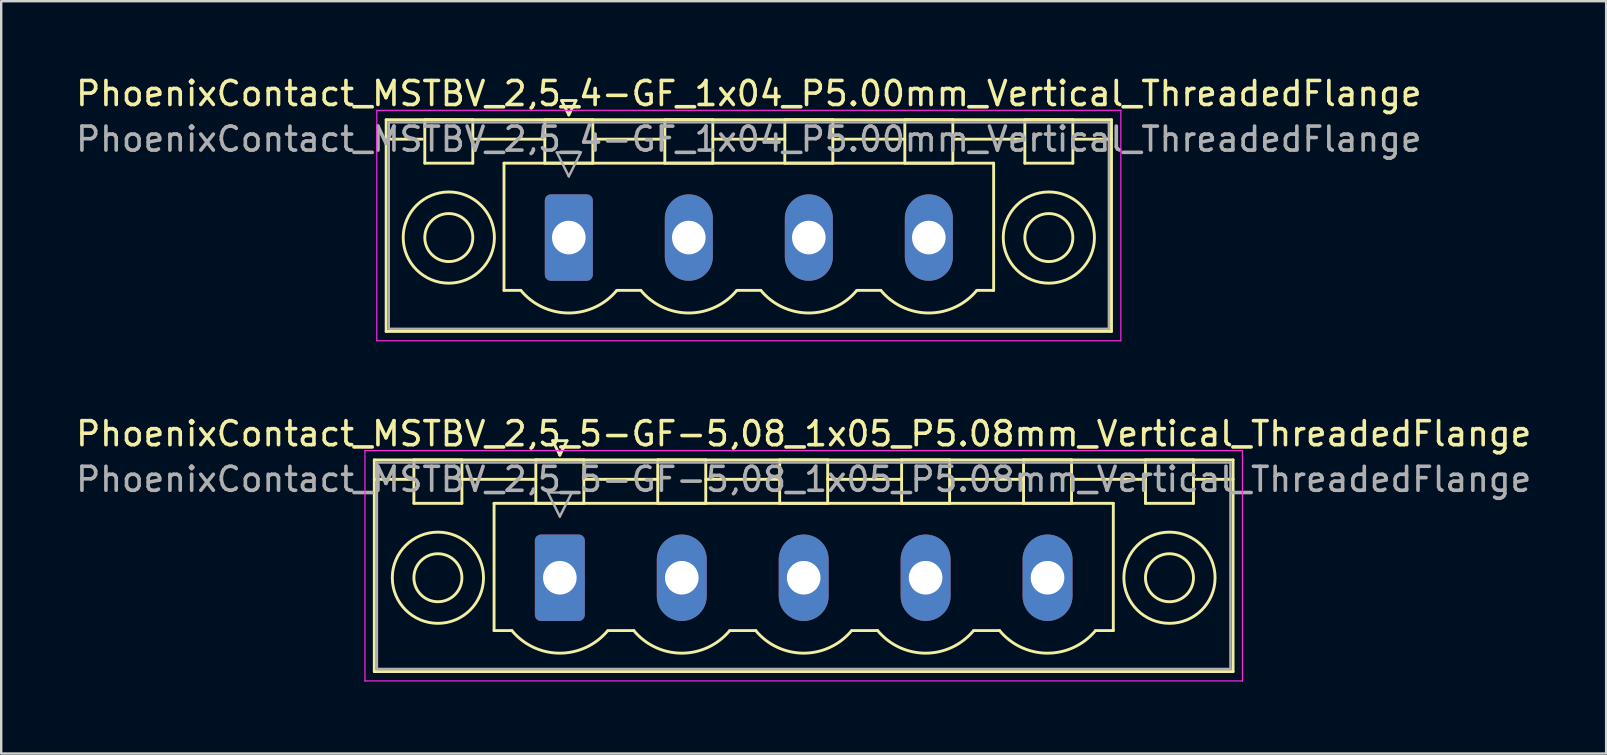
<source format=kicad_pcb>
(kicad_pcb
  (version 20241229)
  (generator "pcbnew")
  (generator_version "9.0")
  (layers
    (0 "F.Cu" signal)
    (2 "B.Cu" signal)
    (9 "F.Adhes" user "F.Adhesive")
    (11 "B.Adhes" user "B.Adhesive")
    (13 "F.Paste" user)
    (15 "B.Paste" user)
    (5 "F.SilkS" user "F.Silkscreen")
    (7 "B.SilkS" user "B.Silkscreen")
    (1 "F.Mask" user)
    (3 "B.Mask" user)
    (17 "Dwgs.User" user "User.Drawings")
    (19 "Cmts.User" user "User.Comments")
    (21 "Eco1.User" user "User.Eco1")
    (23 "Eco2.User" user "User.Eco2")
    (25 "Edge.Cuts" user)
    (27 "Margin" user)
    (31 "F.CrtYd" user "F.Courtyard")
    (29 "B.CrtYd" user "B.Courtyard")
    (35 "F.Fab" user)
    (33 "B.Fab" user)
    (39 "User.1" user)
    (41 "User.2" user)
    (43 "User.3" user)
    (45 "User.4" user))
  (footprint "PhoenixContact_MSTBV_2,5_4-GF_1x04_P5.00mm_Vertical_ThreadedFlange"
    (layer "F.Cu")
    (at 20.649 6.848)
    (property "Reference" "PhoenixContact_MSTBV_2,5_4-GF_1x04_P5.00mm_Vertical_ThreadedFlange" (at 7.5 -6 0) (layer "F.SilkS") (effects (font (size 1 1) (thickness 0.15))))
    (attr through_hole)
    (fp_line (start -7.61 -4.91) (end -7.61 3.91) (stroke (width 0.12) (type solid)) (layer "F.SilkS"))
    (fp_line (start -7.61 -4.1) (end -6.11 -4.1) (stroke (width 0.12) (type solid)) (layer "F.SilkS"))
    (fp_line (start -7.61 3.91) (end 22.61 3.91) (stroke (width 0.12) (type solid)) (layer "F.SilkS"))
    (fp_line (start -6 -4.91) (end -4 -4.91) (stroke (width 0.12) (type solid)) (layer "F.SilkS"))
    (fp_line (start -6 -3.1) (end -6 -4.91) (stroke (width 0.12) (type solid)) (layer "F.SilkS"))
    (fp_line (start -4 -4.91) (end -4 -3.1) (stroke (width 0.12) (type solid)) (layer "F.SilkS"))
    (fp_line (start -4 -4.1) (end -1 -4.1) (stroke (width 0.12) (type solid)) (layer "F.SilkS"))
    (fp_line (start -4 -3.1) (end -6 -3.1) (stroke (width 0.12) (type solid)) (layer "F.SilkS"))
    (fp_line (start -2.7 -3.1) (end 17.7 -3.1) (stroke (width 0.12) (type solid)) (layer "F.SilkS"))
    (fp_line (start -2.7 2.2) (end -2.7 -3.1) (stroke (width 0.12) (type solid)) (layer "F.SilkS"))
    (fp_line (start -2 2.2) (end -2.7 2.2) (stroke (width 0.12) (type solid)) (layer "F.SilkS"))
    (fp_line (start -1 -4.91) (end 1 -4.91) (stroke (width 0.12) (type solid)) (layer "F.SilkS"))
    (fp_line (start -1 -3.1) (end -1 -4.91) (stroke (width 0.12) (type solid)) (layer "F.SilkS"))
    (fp_line (start -0.3 -5.71) (end 0.3 -5.71) (stroke (width 0.12) (type solid)) (layer "F.SilkS"))
    (fp_line (start 0 -5.11) (end -0.3 -5.71) (stroke (width 0.12) (type solid)) (layer "F.SilkS"))
    (fp_line (start 0.3 -5.71) (end 0 -5.11) (stroke (width 0.12) (type solid)) (layer "F.SilkS"))
    (fp_line (start 1 -4.91) (end 1 -3.1) (stroke (width 0.12) (type solid)) (layer "F.SilkS"))
    (fp_line (start 1 -4.1) (end 4 -4.1) (stroke (width 0.12) (type solid)) (layer "F.SilkS"))
    (fp_line (start 1 -3.1) (end -1 -3.1) (stroke (width 0.12) (type solid)) (layer "F.SilkS"))
    (fp_line (start 2 2.2) (end 3 2.2) (stroke (width 0.12) (type solid)) (layer "F.SilkS"))
    (fp_line (start 4 -4.91) (end 6 -4.91) (stroke (width 0.12) (type solid)) (layer "F.SilkS"))
    (fp_line (start 4 -3.1) (end 4 -4.91) (stroke (width 0.12) (type solid)) (layer "F.SilkS"))
    (fp_line (start 6 -4.91) (end 6 -3.1) (stroke (width 0.12) (type solid)) (layer "F.SilkS"))
    (fp_line (start 6 -4.1) (end 9 -4.1) (stroke (width 0.12) (type solid)) (layer "F.SilkS"))
    (fp_line (start 6 -3.1) (end 4 -3.1) (stroke (width 0.12) (type solid)) (layer "F.SilkS"))
    (fp_line (start 7 2.2) (end 8 2.2) (stroke (width 0.12) (type solid)) (layer "F.SilkS"))
    (fp_line (start 9 -4.91) (end 11 -4.91) (stroke (width 0.12) (type solid)) (layer "F.SilkS"))
    (fp_line (start 9 -3.1) (end 9 -4.91) (stroke (width 0.12) (type solid)) (layer "F.SilkS"))
    (fp_line (start 11 -4.91) (end 11 -3.1) (stroke (width 0.12) (type solid)) (layer "F.SilkS"))
    (fp_line (start 11 -4.1) (end 14 -4.1) (stroke (width 0.12) (type solid)) (layer "F.SilkS"))
    (fp_line (start 11 -3.1) (end 9 -3.1) (stroke (width 0.12) (type solid)) (layer "F.SilkS"))
    (fp_line (start 12 2.2) (end 13 2.2) (stroke (width 0.12) (type solid)) (layer "F.SilkS"))
    (fp_line (start 14 -4.91) (end 16 -4.91) (stroke (width 0.12) (type solid)) (layer "F.SilkS"))
    (fp_line (start 14 -3.1) (end 14 -4.91) (stroke (width 0.12) (type solid)) (layer "F.SilkS"))
    (fp_line (start 16 -4.91) (end 16 -3.1) (stroke (width 0.12) (type solid)) (layer "F.SilkS"))
    (fp_line (start 16 -4.1) (end 19 -4.1) (stroke (width 0.12) (type solid)) (layer "F.SilkS"))
    (fp_line (start 16 -3.1) (end 14 -3.1) (stroke (width 0.12) (type solid)) (layer "F.SilkS"))
    (fp_line (start 17.7 -3.1) (end 17.7 2.2) (stroke (width 0.12) (type solid)) (layer "F.SilkS"))
    (fp_line (start 17.7 2.2) (end 17 2.2) (stroke (width 0.12) (type solid)) (layer "F.SilkS"))
    (fp_line (start 19 -4.91) (end 21 -4.91) (stroke (width 0.12) (type solid)) (layer "F.SilkS"))
    (fp_line (start 19 -3.1) (end 19 -4.91) (stroke (width 0.12) (type solid)) (layer "F.SilkS"))
    (fp_line (start 21 -4.91) (end 21 -3.1) (stroke (width 0.12) (type solid)) (layer "F.SilkS"))
    (fp_line (start 21 -3.1) (end 19 -3.1) (stroke (width 0.12) (type solid)) (layer "F.SilkS"))
    (fp_line (start 22.61 -4.91) (end -7.61 -4.91) (stroke (width 0.12) (type solid)) (layer "F.SilkS"))
    (fp_line (start 22.61 -4.1) (end 21.11 -4.1) (stroke (width 0.12) (type solid)) (layer "F.SilkS"))
    (fp_line (start 22.61 3.91) (end 22.61 -4.91) (stroke (width 0.12) (type solid)) (layer "F.SilkS"))
    (fp_arc (start 1.986842 2.215821) (mid -0.010289 3.142758) (end -2 2.2) (stroke (width 0.12) (type solid)) (layer "F.SilkS"))
    (fp_arc (start 6.986842 2.215821) (mid 4.989711 3.142758) (end 3 2.2) (stroke (width 0.12) (type solid)) (layer "F.SilkS"))
    (fp_arc (start 11.986842 2.215821) (mid 9.989711 3.142758) (end 8 2.2) (stroke (width 0.12) (type solid)) (layer "F.SilkS"))
    (fp_arc (start 16.986842 2.215821) (mid 14.989711 3.142758) (end 13 2.2) (stroke (width 0.12) (type solid)) (layer "F.SilkS"))
    (fp_circle (center -5 0) (end -4 0) (stroke (width 0.12) (type solid)) (fill no) (layer "F.SilkS"))
    (fp_circle (center -5 0) (end -3.1 0) (stroke (width 0.12) (type solid)) (fill no) (layer "F.SilkS"))
    (fp_circle (center 20 0) (end 21 0) (stroke (width 0.12) (type solid)) (fill no) (layer "F.SilkS"))
    (fp_circle (center 20 0) (end 21.9 0) (stroke (width 0.12) (type solid)) (fill no) (layer "F.SilkS"))
    (fp_line (start -8 -5.3) (end -8 4.3) (stroke (width 0.05) (type solid)) (layer "F.CrtYd"))
    (fp_line (start -8 4.3) (end 23 4.3) (stroke (width 0.05) (type solid)) (layer "F.CrtYd"))
    (fp_line (start 23 -5.3) (end -8 -5.3) (stroke (width 0.05) (type solid)) (layer "F.CrtYd"))
    (fp_line (start 23 4.3) (end 23 -5.3) (stroke (width 0.05) (type solid)) (layer "F.CrtYd"))
    (fp_line (start -7.5 -4.8) (end -7.5 3.8) (stroke (width 0.1) (type solid)) (layer "F.Fab"))
    (fp_line (start -7.5 3.8) (end 22.5 3.8) (stroke (width 0.1) (type solid)) (layer "F.Fab"))
    (fp_line (start -0.5 -3.55) (end 0.5 -3.55) (stroke (width 0.1) (type solid)) (layer "F.Fab"))
    (fp_line (start 0 -2.55) (end -0.5 -3.55) (stroke (width 0.1) (type solid)) (layer "F.Fab"))
    (fp_line (start 0.5 -3.55) (end 0 -2.55) (stroke (width 0.1) (type solid)) (layer "F.Fab"))
    (fp_line (start 22.5 -4.8) (end -7.5 -4.8) (stroke (width 0.1) (type solid)) (layer "F.Fab"))
    (fp_line (start 22.5 3.8) (end 22.5 -4.8) (stroke (width 0.1) (type solid)) (layer "F.Fab"))
    (fp_text user "${REFERENCE}" (at 7.5 -4.1 0) (layer "F.Fab") (effects (font (size 1 1) (thickness 0.15))))
    (pad "1" thru_hole roundrect (at 0 0) (size 2 3.6) (drill 1.4) (layers "*.Cu" "*.Mask") (roundrect_rratio 0.125))
    (pad "2" thru_hole oval (at 5 0) (size 2 3.6) (drill 1.4) (layers "*.Cu" "*.Mask"))
    (pad "3" thru_hole oval (at 10 0) (size 2 3.6) (drill 1.4) (layers "*.Cu" "*.Mask"))
    (pad "4" thru_hole oval (at 15 0) (size 2 3.6) (drill 1.4) (layers "*.Cu" "*.Mask")))
  (footprint "PhoenixContact_MSTBV_2,5_5-GF-5,08_1x05_P5.08mm_Vertical_ThreadedFlange"
    (layer "F.Cu")
    (at 20.275 21.021)
    (property "Reference" "PhoenixContact_MSTBV_2,5_5-GF-5,08_1x05_P5.08mm_Vertical_ThreadedFlange" (at 10.16 -6 0) (layer "F.SilkS") (effects (font (size 1 1) (thickness 0.15))))
    (attr through_hole)
    (fp_line (start -7.73 -4.91) (end -7.73 3.91) (stroke (width 0.12) (type solid)) (layer "F.SilkS"))
    (fp_line (start -7.73 -4.1) (end -6.19 -4.1) (stroke (width 0.12) (type solid)) (layer "F.SilkS"))
    (fp_line (start -7.73 3.91) (end 28.05 3.91) (stroke (width 0.12) (type solid)) (layer "F.SilkS"))
    (fp_line (start -6.08 -4.91) (end -4.08 -4.91) (stroke (width 0.12) (type solid)) (layer "F.SilkS"))
    (fp_line (start -6.08 -3.1) (end -6.08 -4.91) (stroke (width 0.12) (type solid)) (layer "F.SilkS"))
    (fp_line (start -4.08 -4.91) (end -4.08 -3.1) (stroke (width 0.12) (type solid)) (layer "F.SilkS"))
    (fp_line (start -4.08 -4.1) (end -1 -4.1) (stroke (width 0.12) (type solid)) (layer "F.SilkS"))
    (fp_line (start -4.08 -3.1) (end -6.08 -3.1) (stroke (width 0.12) (type solid)) (layer "F.SilkS"))
    (fp_line (start -2.74 -3.1) (end 23.06 -3.1) (stroke (width 0.12) (type solid)) (layer "F.SilkS"))
    (fp_line (start -2.74 2.2) (end -2.74 -3.1) (stroke (width 0.12) (type solid)) (layer "F.SilkS"))
    (fp_line (start -2 2.2) (end -2.74 2.2) (stroke (width 0.12) (type solid)) (layer "F.SilkS"))
    (fp_line (start -1 -4.91) (end 1 -4.91) (stroke (width 0.12) (type solid)) (layer "F.SilkS"))
    (fp_line (start -1 -3.1) (end -1 -4.91) (stroke (width 0.12) (type solid)) (layer "F.SilkS"))
    (fp_line (start -0.3 -5.71) (end 0.3 -5.71) (stroke (width 0.12) (type solid)) (layer "F.SilkS"))
    (fp_line (start 0 -5.11) (end -0.3 -5.71) (stroke (width 0.12) (type solid)) (layer "F.SilkS"))
    (fp_line (start 0.3 -5.71) (end 0 -5.11) (stroke (width 0.12) (type solid)) (layer "F.SilkS"))
    (fp_line (start 1 -4.91) (end 1 -3.1) (stroke (width 0.12) (type solid)) (layer "F.SilkS"))
    (fp_line (start 1 -4.1) (end 4.08 -4.1) (stroke (width 0.12) (type solid)) (layer "F.SilkS"))
    (fp_line (start 1 -3.1) (end -1 -3.1) (stroke (width 0.12) (type solid)) (layer "F.SilkS"))
    (fp_line (start 2 2.2) (end 3.08 2.2) (stroke (width 0.12) (type solid)) (layer "F.SilkS"))
    (fp_line (start 4.08 -4.91) (end 6.08 -4.91) (stroke (width 0.12) (type solid)) (layer "F.SilkS"))
    (fp_line (start 4.08 -3.1) (end 4.08 -4.91) (stroke (width 0.12) (type solid)) (layer "F.SilkS"))
    (fp_line (start 6.08 -4.91) (end 6.08 -3.1) (stroke (width 0.12) (type solid)) (layer "F.SilkS"))
    (fp_line (start 6.08 -4.1) (end 9.16 -4.1) (stroke (width 0.12) (type solid)) (layer "F.SilkS"))
    (fp_line (start 6.08 -3.1) (end 4.08 -3.1) (stroke (width 0.12) (type solid)) (layer "F.SilkS"))
    (fp_line (start 7.08 2.2) (end 8.16 2.2) (stroke (width 0.12) (type solid)) (layer "F.SilkS"))
    (fp_line (start 9.16 -4.91) (end 11.16 -4.91) (stroke (width 0.12) (type solid)) (layer "F.SilkS"))
    (fp_line (start 9.16 -3.1) (end 9.16 -4.91) (stroke (width 0.12) (type solid)) (layer "F.SilkS"))
    (fp_line (start 11.16 -4.91) (end 11.16 -3.1) (stroke (width 0.12) (type solid)) (layer "F.SilkS"))
    (fp_line (start 11.16 -4.1) (end 14.24 -4.1) (stroke (width 0.12) (type solid)) (layer "F.SilkS"))
    (fp_line (start 11.16 -3.1) (end 9.16 -3.1) (stroke (width 0.12) (type solid)) (layer "F.SilkS"))
    (fp_line (start 12.16 2.2) (end 13.24 2.2) (stroke (width 0.12) (type solid)) (layer "F.SilkS"))
    (fp_line (start 14.24 -4.91) (end 16.24 -4.91) (stroke (width 0.12) (type solid)) (layer "F.SilkS"))
    (fp_line (start 14.24 -3.1) (end 14.24 -4.91) (stroke (width 0.12) (type solid)) (layer "F.SilkS"))
    (fp_line (start 16.24 -4.91) (end 16.24 -3.1) (stroke (width 0.12) (type solid)) (layer "F.SilkS"))
    (fp_line (start 16.24 -4.1) (end 19.32 -4.1) (stroke (width 0.12) (type solid)) (layer "F.SilkS"))
    (fp_line (start 16.24 -3.1) (end 14.24 -3.1) (stroke (width 0.12) (type solid)) (layer "F.SilkS"))
    (fp_line (start 17.24 2.2) (end 18.32 2.2) (stroke (width 0.12) (type solid)) (layer "F.SilkS"))
    (fp_line (start 19.32 -4.91) (end 21.32 -4.91) (stroke (width 0.12) (type solid)) (layer "F.SilkS"))
    (fp_line (start 19.32 -3.1) (end 19.32 -4.91) (stroke (width 0.12) (type solid)) (layer "F.SilkS"))
    (fp_line (start 21.32 -4.91) (end 21.32 -3.1) (stroke (width 0.12) (type solid)) (layer "F.SilkS"))
    (fp_line (start 21.32 -4.1) (end 24.4 -4.1) (stroke (width 0.12) (type solid)) (layer "F.SilkS"))
    (fp_line (start 21.32 -3.1) (end 19.32 -3.1) (stroke (width 0.12) (type solid)) (layer "F.SilkS"))
    (fp_line (start 23.06 -3.1) (end 23.06 2.2) (stroke (width 0.12) (type solid)) (layer "F.SilkS"))
    (fp_line (start 23.06 2.2) (end 22.32 2.2) (stroke (width 0.12) (type solid)) (layer "F.SilkS"))
    (fp_line (start 24.4 -4.91) (end 26.4 -4.91) (stroke (width 0.12) (type solid)) (layer "F.SilkS"))
    (fp_line (start 24.4 -3.1) (end 24.4 -4.91) (stroke (width 0.12) (type solid)) (layer "F.SilkS"))
    (fp_line (start 26.4 -4.91) (end 26.4 -3.1) (stroke (width 0.12) (type solid)) (layer "F.SilkS"))
    (fp_line (start 26.4 -3.1) (end 24.4 -3.1) (stroke (width 0.12) (type solid)) (layer "F.SilkS"))
    (fp_line (start 28.05 -4.91) (end -7.73 -4.91) (stroke (width 0.12) (type solid)) (layer "F.SilkS"))
    (fp_line (start 28.05 -4.1) (end 26.51 -4.1) (stroke (width 0.12) (type solid)) (layer "F.SilkS"))
    (fp_line (start 28.05 3.91) (end 28.05 -4.91) (stroke (width 0.12) (type solid)) (layer "F.SilkS"))
    (fp_arc (start 1.986842 2.215821) (mid -0.010289 3.142758) (end -2 2.2) (stroke (width 0.12) (type solid)) (layer "F.SilkS"))
    (fp_arc (start 7.066842 2.215821) (mid 5.069711 3.142758) (end 3.08 2.2) (stroke (width 0.12) (type solid)) (layer "F.SilkS"))
    (fp_arc (start 12.146842 2.215821) (mid 10.149711 3.142758) (end 8.16 2.2) (stroke (width 0.12) (type solid)) (layer "F.SilkS"))
    (fp_arc (start 17.226842 2.215821) (mid 15.229711 3.142758) (end 13.24 2.2) (stroke (width 0.12) (type solid)) (layer "F.SilkS"))
    (fp_arc (start 22.306842 2.215821) (mid 20.309711 3.142758) (end 18.32 2.2) (stroke (width 0.12) (type solid)) (layer "F.SilkS"))
    (fp_circle (center -5.08 0) (end -4.08 0) (stroke (width 0.12) (type solid)) (fill no) (layer "F.SilkS"))
    (fp_circle (center -5.08 0) (end -3.18 0) (stroke (width 0.12) (type solid)) (fill no) (layer "F.SilkS"))
    (fp_circle (center 25.4 0) (end 26.4 0) (stroke (width 0.12) (type solid)) (fill no) (layer "F.SilkS"))
    (fp_circle (center 25.4 0) (end 27.3 0) (stroke (width 0.12) (type solid)) (fill no) (layer "F.SilkS"))
    (fp_line (start -8.12 -5.3) (end -8.12 4.3) (stroke (width 0.05) (type solid)) (layer "F.CrtYd"))
    (fp_line (start -8.12 4.3) (end 28.44 4.3) (stroke (width 0.05) (type solid)) (layer "F.CrtYd"))
    (fp_line (start 28.44 -5.3) (end -8.12 -5.3) (stroke (width 0.05) (type solid)) (layer "F.CrtYd"))
    (fp_line (start 28.44 4.3) (end 28.44 -5.3) (stroke (width 0.05) (type solid)) (layer "F.CrtYd"))
    (fp_line (start -7.62 -4.8) (end -7.62 3.8) (stroke (width 0.1) (type solid)) (layer "F.Fab"))
    (fp_line (start -7.62 3.8) (end 27.94 3.8) (stroke (width 0.1) (type solid)) (layer "F.Fab"))
    (fp_line (start -0.5 -3.55) (end 0.5 -3.55) (stroke (width 0.1) (type solid)) (layer "F.Fab"))
    (fp_line (start 0 -2.55) (end -0.5 -3.55) (stroke (width 0.1) (type solid)) (layer "F.Fab"))
    (fp_line (start 0.5 -3.55) (end 0 -2.55) (stroke (width 0.1) (type solid)) (layer "F.Fab"))
    (fp_line (start 27.94 -4.8) (end -7.62 -4.8) (stroke (width 0.1) (type solid)) (layer "F.Fab"))
    (fp_line (start 27.94 3.8) (end 27.94 -4.8) (stroke (width 0.1) (type solid)) (layer "F.Fab"))
    (fp_text user "${REFERENCE}" (at 10.16 -4.1 0) (layer "F.Fab") (effects (font (size 1 1) (thickness 0.15))))
    (pad "1" thru_hole roundrect (at 0 0) (size 2.08 3.6) (drill 1.4) (layers "*.Cu" "*.Mask") (roundrect_rratio 0.12))
    (pad "2" thru_hole oval (at 5.08 0) (size 2.08 3.6) (drill 1.4) (layers "*.Cu" "*.Mask"))
    (pad "3" thru_hole oval (at 10.16 0) (size 2.08 3.6) (drill 1.4) (layers "*.Cu" "*.Mask"))
    (pad "4" thru_hole oval (at 15.24 0) (size 2.08 3.6) (drill 1.4) (layers "*.Cu" "*.Mask"))
    (pad "5" thru_hole oval (at 20.32 0) (size 2.08 3.6) (drill 1.4) (layers "*.Cu" "*.Mask")))
  (gr_rect
    (start -3 -3)
    (end 63.869 28.346)
    (stroke (width 0.1) (type default))
    (fill no)
    (layer "Edge.Cuts")))
</source>
